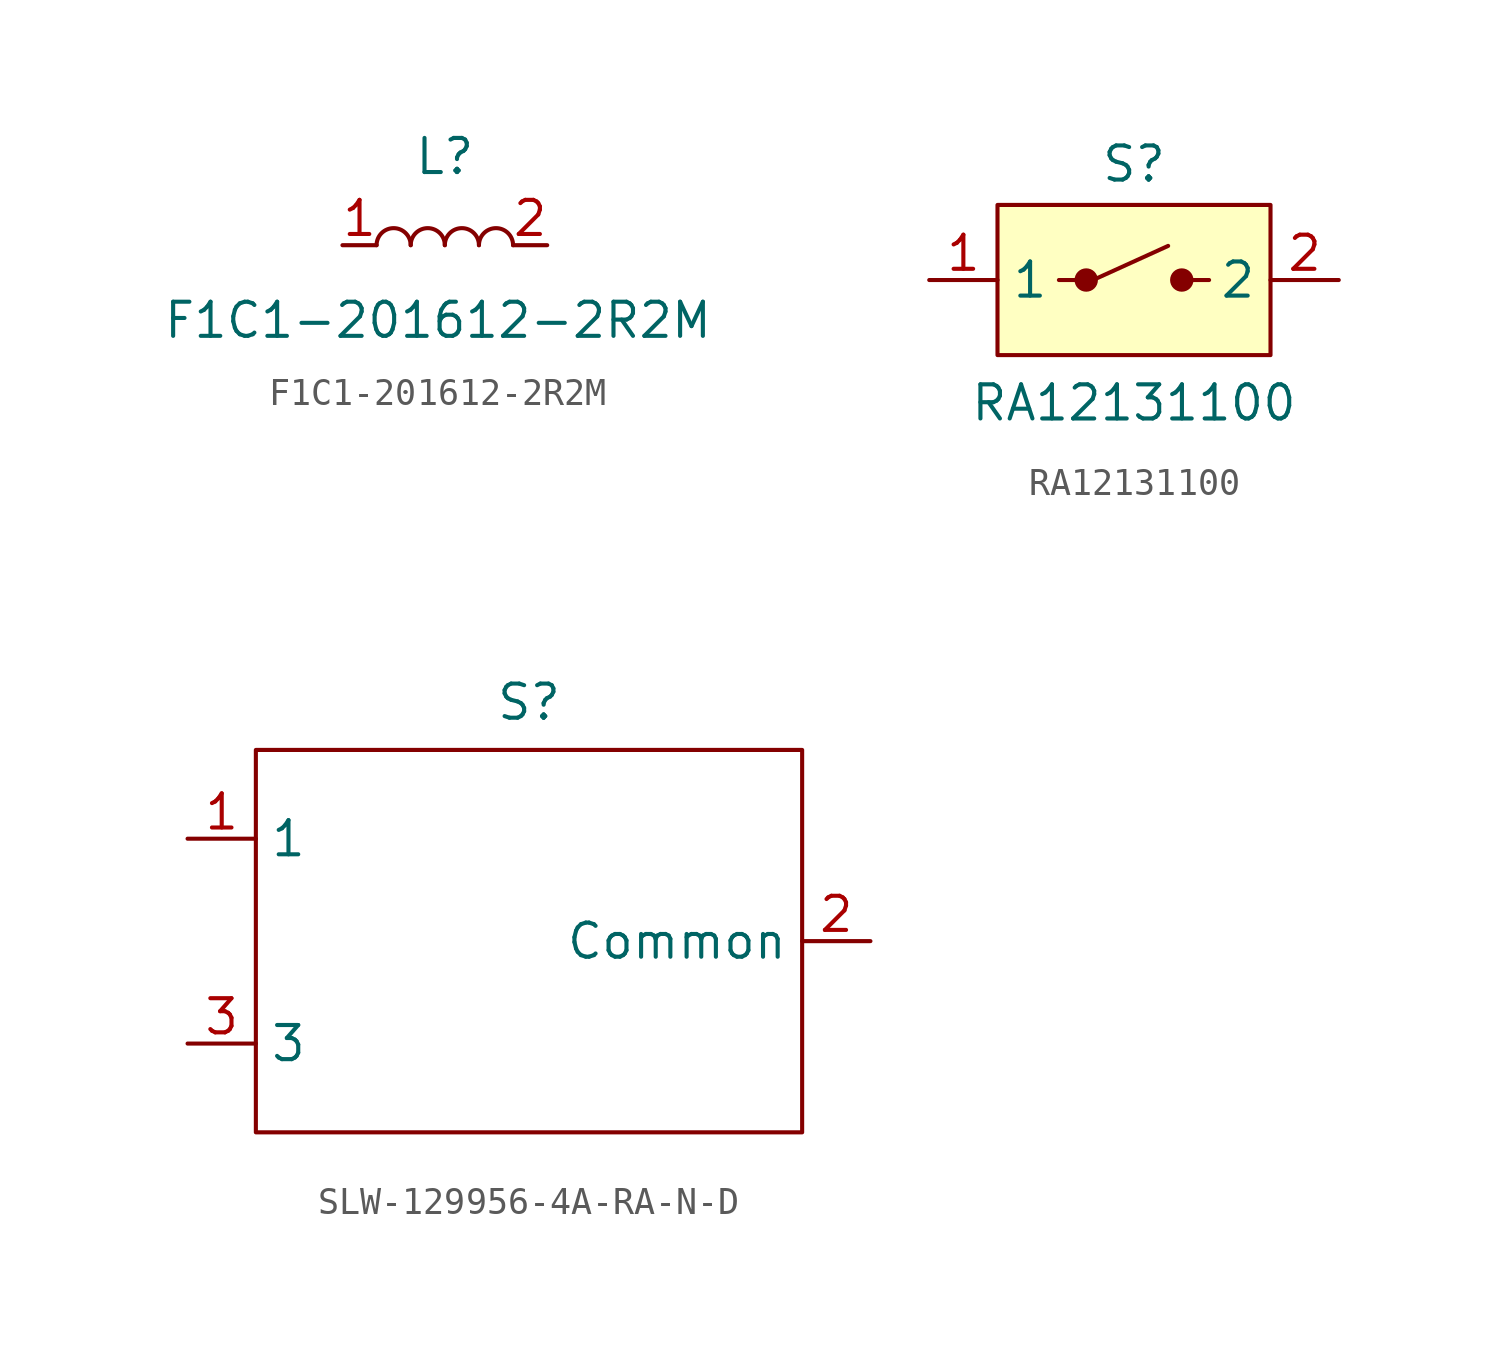
<source format=kicad_sym>
(kicad_symbol_lib
  (version 20231120)
  (generator "kicad_symbol_editor")
  (generator_version "8.0")
  (symbol "F1C1-201612-2R2M"
    (property "Reference" "L"
      (at 0 3.302 0)
      (effects (font (size 1.27 1.27))))
    (property "Value" "F1C1-201612-2R2M"
      (at -0.254 -2.794 0)
      (effects (font (size 1.27 1.27))))
    (symbol "F1C1-201612-2R2M_0_1"
      (arc (start -1.27 0) (mid -1.905 0.6323) (end -2.54 0) (stroke (width 0) (type default)) (fill (type none)))
      (arc (start 0 0) (mid -0.635 0.6323) (end -1.27 0) (stroke (width 0) (type default)) (fill (type none)))
      (arc (start 1.27 0) (mid 0.635 0.6323) (end 0 0) (stroke (width 0) (type default)) (fill (type none)))
      (arc (start 2.54 0) (mid 1.905 0.6323) (end 1.27 0) (stroke (width 0) (type default)) (fill (type none))))
    (symbol "F1C1-201612-2R2M_1_1"
      (pin passive line (at -3.81 0 0) (length 1.27) (name "" (effects (font (size 1.27 1.27)))) (number "1" (effects (font (size 1.27 1.27)))))
      (pin passive line (at 3.81 0 180) (length 1.27) (name "" (effects (font (size 1.27 1.27)))) (number "2" (effects (font (size 1.27 1.27)))))))
  (symbol "RA12131100"
    (property "Reference" "S"
      (at 0 4.318 0)
      (effects (font (size 1.27 1.27))))
    (property "Value" "RA12131100"
      (at 0 -4.572 0)
      (effects (font (size 1.27 1.27))))
    (symbol "RA12131100_0_0"
      (pin passive line (at -7.62 0 0) (length 2.54) (name "1" (effects (font (size 1.27 1.27)))) (number "1" (effects (font (size 1.27 1.27)))))
      (pin passive line (at 7.62 0 180) (length 2.54) (name "2" (effects (font (size 1.27 1.27)))) (number "2" (effects (font (size 1.27 1.27))))))
    (symbol "RA12131100_1_1"
      (rectangle (start -5.08 2.794) (end 5.08 -2.794) (stroke (width 0) (type default)) (fill (type background)))
      (circle (center -1.778 0) (radius 0.359) (stroke (width 0) (type default)) (fill (type outline)))
      (polyline (pts (xy -2.032 0) (xy -2.794 0)) (stroke (width 0) (type default)) (fill (type none)))
      (polyline (pts (xy -1.524 0) (xy 1.27 1.27)) (stroke (width 0) (type default)) (fill (type none)))
      (polyline (pts (xy 2.032 0) (xy 2.794 0)) (stroke (width 0) (type default)) (fill (type none)))
      (circle (center 1.778 0) (radius 0.359) (stroke (width 0) (type default)) (fill (type outline)))))
  (symbol "SLW-129956-4A-RA-N-D"
    (property "Reference" "S"
      (at 0 8.89 0)
      (effects (font (size 1.27 1.27))))
    (property "Value" ""
      (at 0 0 0)
      (effects (font (size 1.27 1.27))))
    (symbol "SLW-129956-4A-RA-N-D_0_1"
      (rectangle (start -10.16 7.112) (end 10.16 -7.112) (stroke (width 0) (type default)) (fill (type none))))
    (symbol "SLW-129956-4A-RA-N-D_1_1"
      (pin passive line (at -12.7 3.81 0) (length 2.54) (name "1" (effects (font (size 1.27 1.27)))) (number "1" (effects (font (size 1.27 1.27)))))
      (pin passive line (at 12.7 0 180) (length 2.54) (name "Common" (effects (font (size 1.27 1.27)))) (number "2" (effects (font (size 1.27 1.27)))))
      (pin passive line (at -12.7 -3.81 0) (length 2.54) (name "3" (effects (font (size 1.27 1.27)))) (number "3" (effects (font (size 1.27 1.27))))))))
</source>
